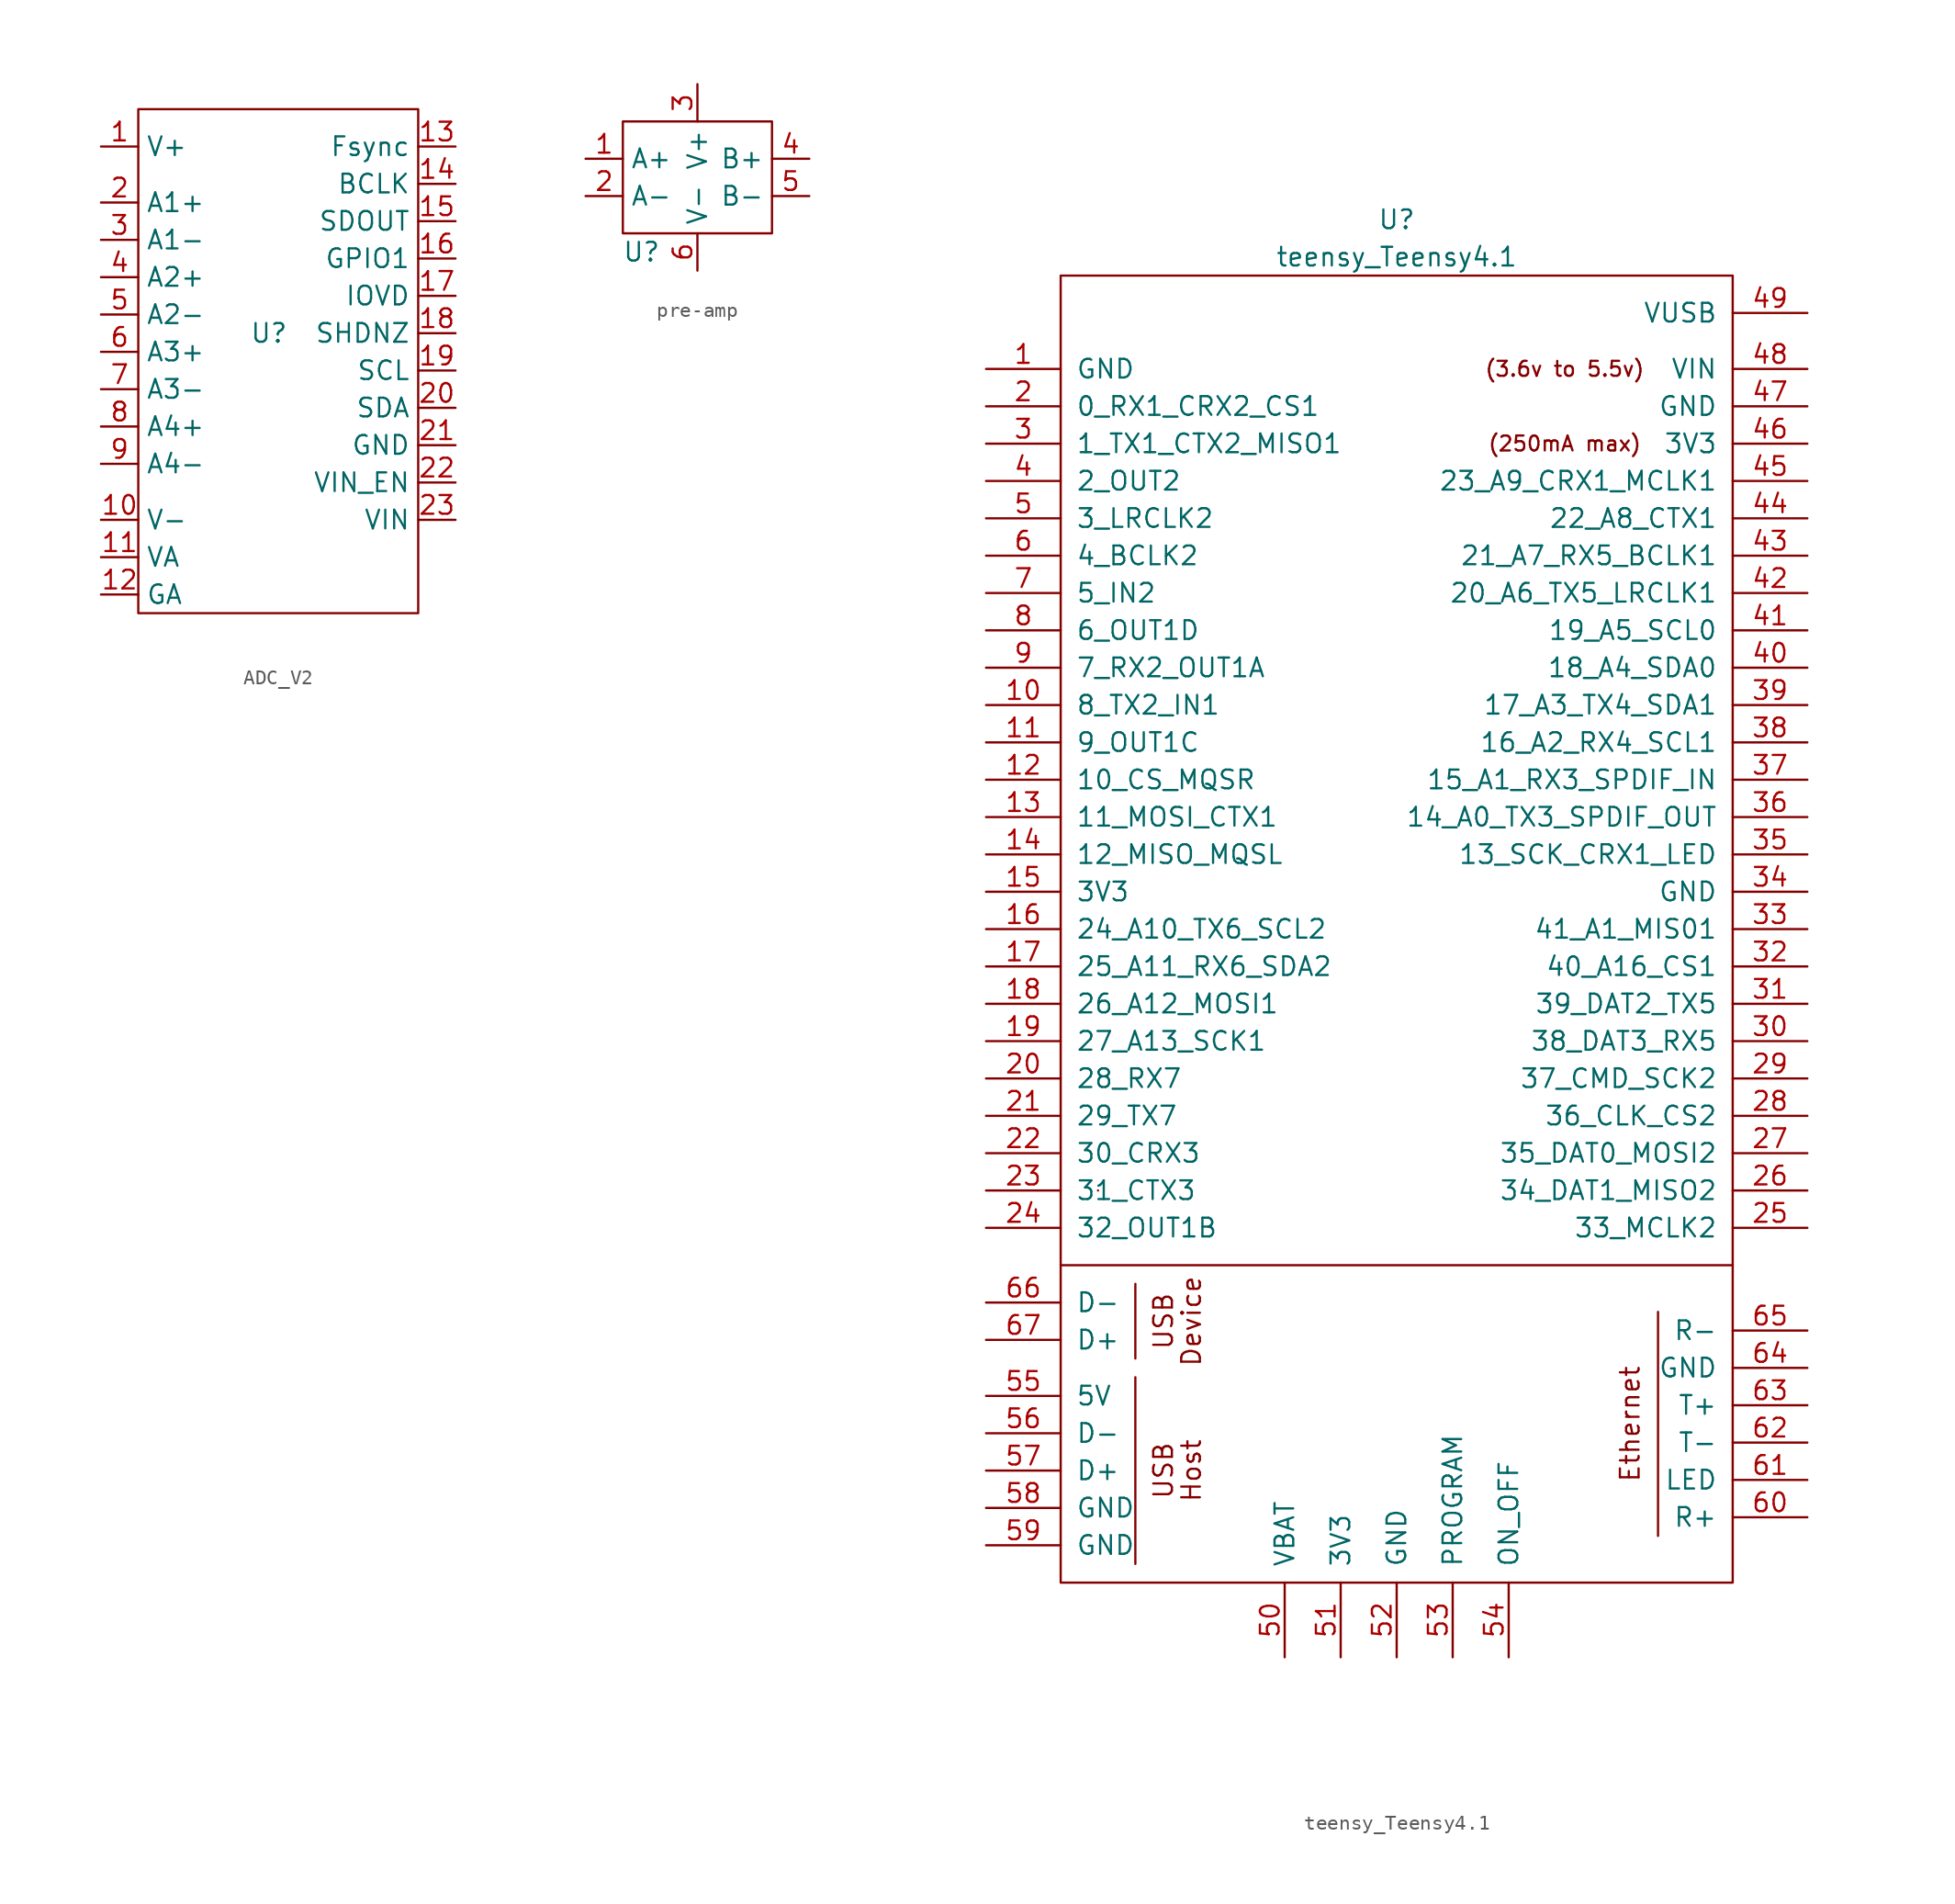
<source format=kicad_sym>
(kicad_symbol_lib
  (version 20231120)
  (generator "kicad_symbol_editor")
  (generator_version "8.0")
  (symbol "ADC_V2"
    (property "Reference" "U"
      (at 0 0 0)
      (effects (font (size 1.27 1.27))))
    (property "Value" ""
      (at -3.81 -1.27 0)
      (effects (font (size 1.27 1.27))))
    (symbol "ADC_V2_0_1"
      (rectangle (start -8.89 15.24) (end 10.16 -19.05) (stroke (width 0) (type default)) (fill (type none))))
    (symbol "ADC_V2_1_1"
      (pin power_out line (at -11.43 12.7 0) (length 2.54) (name "V+" (effects (font (size 1.27 1.27)))) (number "1" (effects (font (size 1.27 1.27)))))
      (pin power_out line (at -11.43 -12.7 0) (length 2.54) (name "V-" (effects (font (size 1.27 1.27)))) (number "10" (effects (font (size 1.27 1.27)))))
      (pin input line (at -11.43 -15.24 0) (length 2.54) (name "VA" (effects (font (size 1.27 1.27)))) (number "11" (effects (font (size 1.27 1.27)))))
      (pin input line (at -11.43 -17.78 0) (length 2.54) (name "GA" (effects (font (size 1.27 1.27)))) (number "12" (effects (font (size 1.27 1.27)))))
      (pin input line (at 12.7 12.7 180) (length 2.54) (name "Fsync" (effects (font (size 1.27 1.27)))) (number "13" (effects (font (size 1.27 1.27)))))
      (pin input line (at 12.7 10.16 180) (length 2.54) (name "BCLK" (effects (font (size 1.27 1.27)))) (number "14" (effects (font (size 1.27 1.27)))))
      (pin output line (at 12.7 7.62 180) (length 2.54) (name "SDOUT" (effects (font (size 1.27 1.27)))) (number "15" (effects (font (size 1.27 1.27)))))
      (pin input line (at 12.7 5.08 180) (length 2.54) (name "GPIO1" (effects (font (size 1.27 1.27)))) (number "16" (effects (font (size 1.27 1.27)))))
      (pin power_in line (at 12.7 2.54 180) (length 2.54) (name "IOVD" (effects (font (size 1.27 1.27)))) (number "17" (effects (font (size 1.27 1.27)))))
      (pin input line (at 12.7 0 180) (length 2.54) (name "SHDNZ" (effects (font (size 1.27 1.27)))) (number "18" (effects (font (size 1.27 1.27)))))
      (pin passive line (at 12.7 -2.54 180) (length 2.54) (name "SCL" (effects (font (size 1.27 1.27)))) (number "19" (effects (font (size 1.27 1.27)))))
      (pin input line (at -11.43 8.89 0) (length 2.54) (name "A1+" (effects (font (size 1.27 1.27)))) (number "2" (effects (font (size 1.27 1.27)))))
      (pin passive line (at 12.7 -5.08 180) (length 2.54) (name "SDA" (effects (font (size 1.27 1.27)))) (number "20" (effects (font (size 1.27 1.27)))))
      (pin power_in line (at 12.7 -7.62 180) (length 2.54) (name "GND" (effects (font (size 1.27 1.27)))) (number "21" (effects (font (size 1.27 1.27)))))
      (pin passive line (at 12.7 -10.16 180) (length 2.54) (name "VIN_EN" (effects (font (size 1.27 1.27)))) (number "22" (effects (font (size 1.27 1.27)))))
      (pin power_in line (at 12.7 -12.7 180) (length 2.54) (name "VIN" (effects (font (size 1.27 1.27)))) (number "23" (effects (font (size 1.27 1.27)))))
      (pin input line (at -11.43 6.35 0) (length 2.54) (name "A1-" (effects (font (size 1.27 1.27)))) (number "3" (effects (font (size 1.27 1.27)))))
      (pin input line (at -11.43 3.81 0) (length 2.54) (name "A2+" (effects (font (size 1.27 1.27)))) (number "4" (effects (font (size 1.27 1.27)))))
      (pin input line (at -11.43 1.27 0) (length 2.54) (name "A2-" (effects (font (size 1.27 1.27)))) (number "5" (effects (font (size 1.27 1.27)))))
      (pin input line (at -11.43 -1.27 0) (length 2.54) (name "A3+" (effects (font (size 1.27 1.27)))) (number "6" (effects (font (size 1.27 1.27)))))
      (pin input line (at -11.43 -3.81 0) (length 2.54) (name "A3-" (effects (font (size 1.27 1.27)))) (number "7" (effects (font (size 1.27 1.27)))))
      (pin input line (at -11.43 -6.35 0) (length 2.54) (name "A4+" (effects (font (size 1.27 1.27)))) (number "8" (effects (font (size 1.27 1.27)))))
      (pin input line (at -11.43 -8.89 0) (length 2.54) (name "A4-" (effects (font (size 1.27 1.27)))) (number "9" (effects (font (size 1.27 1.27)))))))
  (symbol "pre-amp"
    (property "Reference" "U"
      (at -3.81 -5.08 0)
      (effects (font (size 1.27 1.27))))
    (property "Value" ""
      (at 0 0 0)
      (effects (font (size 1.27 1.27))))
    (symbol "pre-amp_0_1"
      (rectangle (start -5.08 3.81) (end 5.08 -3.81) (stroke (width 0) (type default)) (fill (type none))))
    (symbol "pre-amp_1_1"
      (pin input line (at -7.62 1.27 0) (length 2.54) (name "A+" (effects (font (size 1.27 1.27)))) (number "1" (effects (font (size 1.27 1.27)))))
      (pin input line (at -7.62 -1.27 0) (length 2.54) (name "A-" (effects (font (size 1.27 1.27)))) (number "2" (effects (font (size 1.27 1.27)))))
      (pin power_in line (at 0 6.35 270) (length 2.54) (name "V+" (effects (font (size 1.27 1.27)))) (number "3" (effects (font (size 1.27 1.27)))))
      (pin output line (at 7.62 1.27 180) (length 2.54) (name "B+" (effects (font (size 1.27 1.27)))) (number "4" (effects (font (size 1.27 1.27)))))
      (pin output line (at 7.62 -1.27 180) (length 2.54) (name "B-" (effects (font (size 1.27 1.27)))) (number "5" (effects (font (size 1.27 1.27)))))
      (pin power_out line (at 0 -6.35 90) (length 2.54) (name "V-" (effects (font (size 1.27 1.27)))) (number "6" (effects (font (size 1.27 1.27)))))))
  (symbol "teensy_Teensy4.1"
    (pin_names
      (offset 1.016))
    (property "Reference" "U"
      (at 0 64.77 0)
      (effects (font (size 1.27 1.27))))
    (property "Value" "teensy_Teensy4.1"
      (at 0 62.23 0)
      (effects (font (size 1.27 1.27))))
    (symbol "teensy_Teensy4.1_0_0"
      (polyline (pts (xy -22.86 -6.35) (xy 22.86 -6.35)) (stroke (width 0) (type solid)) (fill (type none)))
      (polyline (pts (xy -17.78 -26.67) (xy -17.78 -13.97)) (stroke (width 0) (type solid)) (fill (type none)))
      (polyline (pts (xy -17.78 -7.62) (xy -17.78 -12.7)) (stroke (width 0) (type solid)) (fill (type none)))
      (polyline (pts (xy 17.78 -9.525) (xy 17.78 -24.765)) (stroke (width 0) (type solid)) (fill (type none)))
      (text "(250mA max)" (at 11.43 49.53 0) (effects (font (size 1.016 1.016))))
      (text "(3.6v to 5.5v)" (at 11.43 54.61 0) (effects (font (size 1.016 1.016))))
      (text "Device" (at -13.97 -10.16 900) (effects (font (size 1.27 1.27))))
      (text "Ethernet" (at 15.875 -17.145 900) (effects (font (size 1.27 1.27))))
      (text "Host" (at -13.97 -20.32 900) (effects (font (size 1.27 1.27))))
      (text "USB" (at -15.875 -20.32 900) (effects (font (size 1.27 1.27))))
      (text "USB" (at -15.875 -10.16 900) (effects (font (size 1.27 1.27))))
      (pin bidirectional line (at -27.94 31.75 0) (length 5.08) (name "8_TX2_IN1" (effects (font (size 1.27 1.27)))) (number "10" (effects (font (size 1.27 1.27)))))
      (pin bidirectional line (at -27.94 29.21 0) (length 5.08) (name "9_OUT1C" (effects (font (size 1.27 1.27)))) (number "11" (effects (font (size 1.27 1.27)))))
      (pin bidirectional line (at -27.94 26.67 0) (length 5.08) (name "10_CS_MQSR" (effects (font (size 1.27 1.27)))) (number "12" (effects (font (size 1.27 1.27)))))
      (pin bidirectional line (at -27.94 24.13 0) (length 5.08) (name "11_MOSI_CTX1" (effects (font (size 1.27 1.27)))) (number "13" (effects (font (size 1.27 1.27)))))
      (pin bidirectional line (at -27.94 21.59 0) (length 5.08) (name "12_MISO_MQSL" (effects (font (size 1.27 1.27)))) (number "14" (effects (font (size 1.27 1.27)))))
      (pin power_in line (at -27.94 19.05 0) (length 5.08) (name "3V3" (effects (font (size 1.27 1.27)))) (number "15" (effects (font (size 1.27 1.27)))))
      (pin bidirectional line (at -27.94 16.51 0) (length 5.08) (name "24_A10_TX6_SCL2" (effects (font (size 1.27 1.27)))) (number "16" (effects (font (size 1.27 1.27)))))
      (pin bidirectional line (at -27.94 13.97 0) (length 5.08) (name "25_A11_RX6_SDA2" (effects (font (size 1.27 1.27)))) (number "17" (effects (font (size 1.27 1.27)))))
      (pin bidirectional line (at -27.94 11.43 0) (length 5.08) (name "26_A12_MOSI1" (effects (font (size 1.27 1.27)))) (number "18" (effects (font (size 1.27 1.27)))))
      (pin bidirectional line (at -27.94 8.89 0) (length 5.08) (name "27_A13_SCK1" (effects (font (size 1.27 1.27)))) (number "19" (effects (font (size 1.27 1.27)))))
      (pin bidirectional line (at -27.94 6.35 0) (length 5.08) (name "28_RX7" (effects (font (size 1.27 1.27)))) (number "20" (effects (font (size 1.27 1.27)))))
      (pin bidirectional line (at -27.94 3.81 0) (length 5.08) (name "29_TX7" (effects (font (size 1.27 1.27)))) (number "21" (effects (font (size 1.27 1.27)))))
      (pin bidirectional line (at -27.94 1.27 0) (length 5.08) (name "30_CRX3" (effects (font (size 1.27 1.27)))) (number "22" (effects (font (size 1.27 1.27)))))
      (pin bidirectional line (at -27.94 -1.27 0) (length 5.08) (name "31_CTX3" (effects (font (size 1.27 1.27)))) (number "23" (effects (font (size 1.27 1.27)))))
      (pin bidirectional line (at -27.94 -3.81 0) (length 5.08) (name "32_OUT1B" (effects (font (size 1.27 1.27)))) (number "24" (effects (font (size 1.27 1.27)))))
      (pin bidirectional line (at 27.94 -3.81 180) (length 5.08) (name "33_MCLK2" (effects (font (size 1.27 1.27)))) (number "25" (effects (font (size 1.27 1.27)))))
      (pin bidirectional line (at 27.94 -1.27 180) (length 5.08) (name "34_DAT1_MISO2" (effects (font (size 1.27 1.27)))) (number "26" (effects (font (size 1.27 1.27)))))
      (pin bidirectional line (at 27.94 1.27 180) (length 5.08) (name "35_DAT0_MOSI2" (effects (font (size 1.27 1.27)))) (number "27" (effects (font (size 1.27 1.27)))))
      (pin bidirectional line (at 27.94 3.81 180) (length 5.08) (name "36_CLK_CS2" (effects (font (size 1.27 1.27)))) (number "28" (effects (font (size 1.27 1.27)))))
      (pin bidirectional line (at 27.94 6.35 180) (length 5.08) (name "37_CMD_SCK2" (effects (font (size 1.27 1.27)))) (number "29" (effects (font (size 1.27 1.27)))))
      (pin bidirectional line (at 27.94 8.89 180) (length 5.08) (name "38_DAT3_RX5" (effects (font (size 1.27 1.27)))) (number "30" (effects (font (size 1.27 1.27)))))
      (pin bidirectional line (at 27.94 11.43 180) (length 5.08) (name "39_DAT2_TX5" (effects (font (size 1.27 1.27)))) (number "31" (effects (font (size 1.27 1.27)))))
      (pin bidirectional line (at 27.94 13.97 180) (length 5.08) (name "40_A16_CS1" (effects (font (size 1.27 1.27)))) (number "32" (effects (font (size 1.27 1.27)))))
      (pin bidirectional line (at 27.94 16.51 180) (length 5.08) (name "41_A1_MIS01" (effects (font (size 1.27 1.27)))) (number "33" (effects (font (size 1.27 1.27)))))
      (pin bidirectional line (at 27.94 21.59 180) (length 5.08) (name "13_SCK_CRX1_LED" (effects (font (size 1.27 1.27)))) (number "35" (effects (font (size 1.27 1.27)))))
      (pin bidirectional line (at 27.94 24.13 180) (length 5.08) (name "14_A0_TX3_SPDIF_OUT" (effects (font (size 1.27 1.27)))) (number "36" (effects (font (size 1.27 1.27)))))
      (pin bidirectional line (at 27.94 26.67 180) (length 5.08) (name "15_A1_RX3_SPDIF_IN" (effects (font (size 1.27 1.27)))) (number "37" (effects (font (size 1.27 1.27)))))
      (pin bidirectional line (at 27.94 29.21 180) (length 5.08) (name "16_A2_RX4_SCL1" (effects (font (size 1.27 1.27)))) (number "38" (effects (font (size 1.27 1.27)))))
      (pin bidirectional line (at 27.94 31.75 180) (length 5.08) (name "17_A3_TX4_SDA1" (effects (font (size 1.27 1.27)))) (number "39" (effects (font (size 1.27 1.27)))))
      (pin bidirectional line (at 27.94 34.29 180) (length 5.08) (name "18_A4_SDA0" (effects (font (size 1.27 1.27)))) (number "40" (effects (font (size 1.27 1.27)))))
      (pin bidirectional line (at 27.94 36.83 180) (length 5.08) (name "19_A5_SCL0" (effects (font (size 1.27 1.27)))) (number "41" (effects (font (size 1.27 1.27)))))
      (pin bidirectional line (at 27.94 39.37 180) (length 5.08) (name "20_A6_TX5_LRCLK1" (effects (font (size 1.27 1.27)))) (number "42" (effects (font (size 1.27 1.27)))))
      (pin bidirectional line (at 27.94 41.91 180) (length 5.08) (name "21_A7_RX5_BCLK1" (effects (font (size 1.27 1.27)))) (number "43" (effects (font (size 1.27 1.27)))))
      (pin bidirectional line (at 27.94 44.45 180) (length 5.08) (name "22_A8_CTX1" (effects (font (size 1.27 1.27)))) (number "44" (effects (font (size 1.27 1.27)))))
      (pin bidirectional line (at 27.94 46.99 180) (length 5.08) (name "23_A9_CRX1_MCLK1" (effects (font (size 1.27 1.27)))) (number "45" (effects (font (size 1.27 1.27)))))
      (pin power_in line (at 27.94 49.53 180) (length 5.08) (name "3V3" (effects (font (size 1.27 1.27)))) (number "46" (effects (font (size 1.27 1.27)))))
      (pin power_in line (at 27.94 52.07 180) (length 5.08) (name "GND" (effects (font (size 1.27 1.27)))) (number "47" (effects (font (size 1.27 1.27)))))
      (pin power_in line (at 27.94 54.61 180) (length 5.08) (name "VIN" (effects (font (size 1.27 1.27)))) (number "48" (effects (font (size 1.27 1.27)))))
      (pin power_out line (at 27.94 58.42 180) (length 5.08) (name "VUSB" (effects (font (size 1.27 1.27)))) (number "49" (effects (font (size 1.27 1.27)))))
      (pin bidirectional line (at -27.94 44.45 0) (length 5.08) (name "3_LRCLK2" (effects (font (size 1.27 1.27)))) (number "5" (effects (font (size 1.27 1.27)))))
      (pin power_in line (at -7.62 -33.02 90) (length 5.08) (name "VBAT" (effects (font (size 1.27 1.27)))) (number "50" (effects (font (size 1.27 1.27)))))
      (pin power_in line (at -3.81 -33.02 90) (length 5.08) (name "3V3" (effects (font (size 1.27 1.27)))) (number "51" (effects (font (size 1.27 1.27)))))
      (pin power_out line (at 0 -33.02 90) (length 5.08) (name "GND" (effects (font (size 1.27 1.27)))) (number "52" (effects (font (size 1.27 1.27)))))
      (pin input line (at 3.81 -33.02 90) (length 5.08) (name "PROGRAM" (effects (font (size 1.27 1.27)))) (number "53" (effects (font (size 1.27 1.27)))))
      (pin input line (at 7.62 -33.02 90) (length 5.08) (name "ON_OFF" (effects (font (size 1.27 1.27)))) (number "54" (effects (font (size 1.27 1.27)))))
      (pin power_out line (at -27.94 -15.24 0) (length 5.08) (name "5V" (effects (font (size 1.27 1.27)))) (number "55" (effects (font (size 1.27 1.27)))))
      (pin bidirectional line (at -27.94 -17.78 0) (length 5.08) (name "D-" (effects (font (size 1.27 1.27)))) (number "56" (effects (font (size 1.27 1.27)))))
      (pin bidirectional line (at -27.94 -20.32 0) (length 5.08) (name "D+" (effects (font (size 1.27 1.27)))) (number "57" (effects (font (size 1.27 1.27)))))
      (pin power_in line (at -27.94 -22.86 0) (length 5.08) (name "GND" (effects (font (size 1.27 1.27)))) (number "58" (effects (font (size 1.27 1.27)))))
      (pin power_in line (at -27.94 -25.4 0) (length 5.08) (name "GND" (effects (font (size 1.27 1.27)))) (number "59" (effects (font (size 1.27 1.27)))))
      (pin bidirectional line (at -27.94 41.91 0) (length 5.08) (name "4_BCLK2" (effects (font (size 1.27 1.27)))) (number "6" (effects (font (size 1.27 1.27)))))
      (pin bidirectional line (at 27.94 -23.495 180) (length 5.08) (name "R+" (effects (font (size 1.27 1.27)))) (number "60" (effects (font (size 1.27 1.27)))))
      (pin bidirectional line (at 27.94 -20.955 180) (length 5.08) (name "LED" (effects (font (size 1.27 1.27)))) (number "61" (effects (font (size 1.27 1.27)))))
      (pin bidirectional line (at 27.94 -18.415 180) (length 5.08) (name "T-" (effects (font (size 1.27 1.27)))) (number "62" (effects (font (size 1.27 1.27)))))
      (pin bidirectional line (at 27.94 -15.875 180) (length 5.08) (name "T+" (effects (font (size 1.27 1.27)))) (number "63" (effects (font (size 1.27 1.27)))))
      (pin power_in line (at 27.94 -13.335 180) (length 5.08) (name "GND" (effects (font (size 1.27 1.27)))) (number "64" (effects (font (size 1.27 1.27)))))
      (pin bidirectional line (at 27.94 -10.795 180) (length 5.08) (name "R-" (effects (font (size 1.27 1.27)))) (number "65" (effects (font (size 1.27 1.27)))))
      (pin bidirectional line (at -27.94 -8.89 0) (length 5.08) (name "D-" (effects (font (size 1.27 1.27)))) (number "66" (effects (font (size 1.27 1.27)))))
      (pin bidirectional line (at -27.94 -11.43 0) (length 5.08) (name "D+" (effects (font (size 1.27 1.27)))) (number "67" (effects (font (size 1.27 1.27)))))
      (pin bidirectional line (at -27.94 39.37 0) (length 5.08) (name "5_IN2" (effects (font (size 1.27 1.27)))) (number "7" (effects (font (size 1.27 1.27)))))
      (pin bidirectional line (at -27.94 36.83 0) (length 5.08) (name "6_OUT1D" (effects (font (size 1.27 1.27)))) (number "8" (effects (font (size 1.27 1.27)))))
      (pin bidirectional line (at -27.94 34.29 0) (length 5.08) (name "7_RX2_OUT1A" (effects (font (size 1.27 1.27)))) (number "9" (effects (font (size 1.27 1.27))))))
    (symbol "teensy_Teensy4.1_0_1"
      (rectangle (start -22.86 60.96) (end 22.86 -27.94) (stroke (width 0) (type solid)) (fill (type none)))
      (rectangle (start -20.32 -1.27) (end -20.32 -1.27) (stroke (width 0) (type solid)) (fill (type none))))
    (symbol "teensy_Teensy4.1_1_1"
      (pin power_in line (at -27.94 54.61 0) (length 5.08) (name "GND" (effects (font (size 1.27 1.27)))) (number "1" (effects (font (size 1.27 1.27)))))
      (pin bidirectional line (at -27.94 52.07 0) (length 5.08) (name "0_RX1_CRX2_CS1" (effects (font (size 1.27 1.27)))) (number "2" (effects (font (size 1.27 1.27)))))
      (pin bidirectional line (at -27.94 49.53 0) (length 5.08) (name "1_TX1_CTX2_MISO1" (effects (font (size 1.27 1.27)))) (number "3" (effects (font (size 1.27 1.27)))))
      (pin power_in line (at 27.94 19.05 180) (length 5.08) (name "GND" (effects (font (size 1.27 1.27)))) (number "34" (effects (font (size 1.27 1.27)))))
      (pin bidirectional line (at -27.94 46.99 0) (length 5.08) (name "2_OUT2" (effects (font (size 1.27 1.27)))) (number "4" (effects (font (size 1.27 1.27))))))))
</source>
